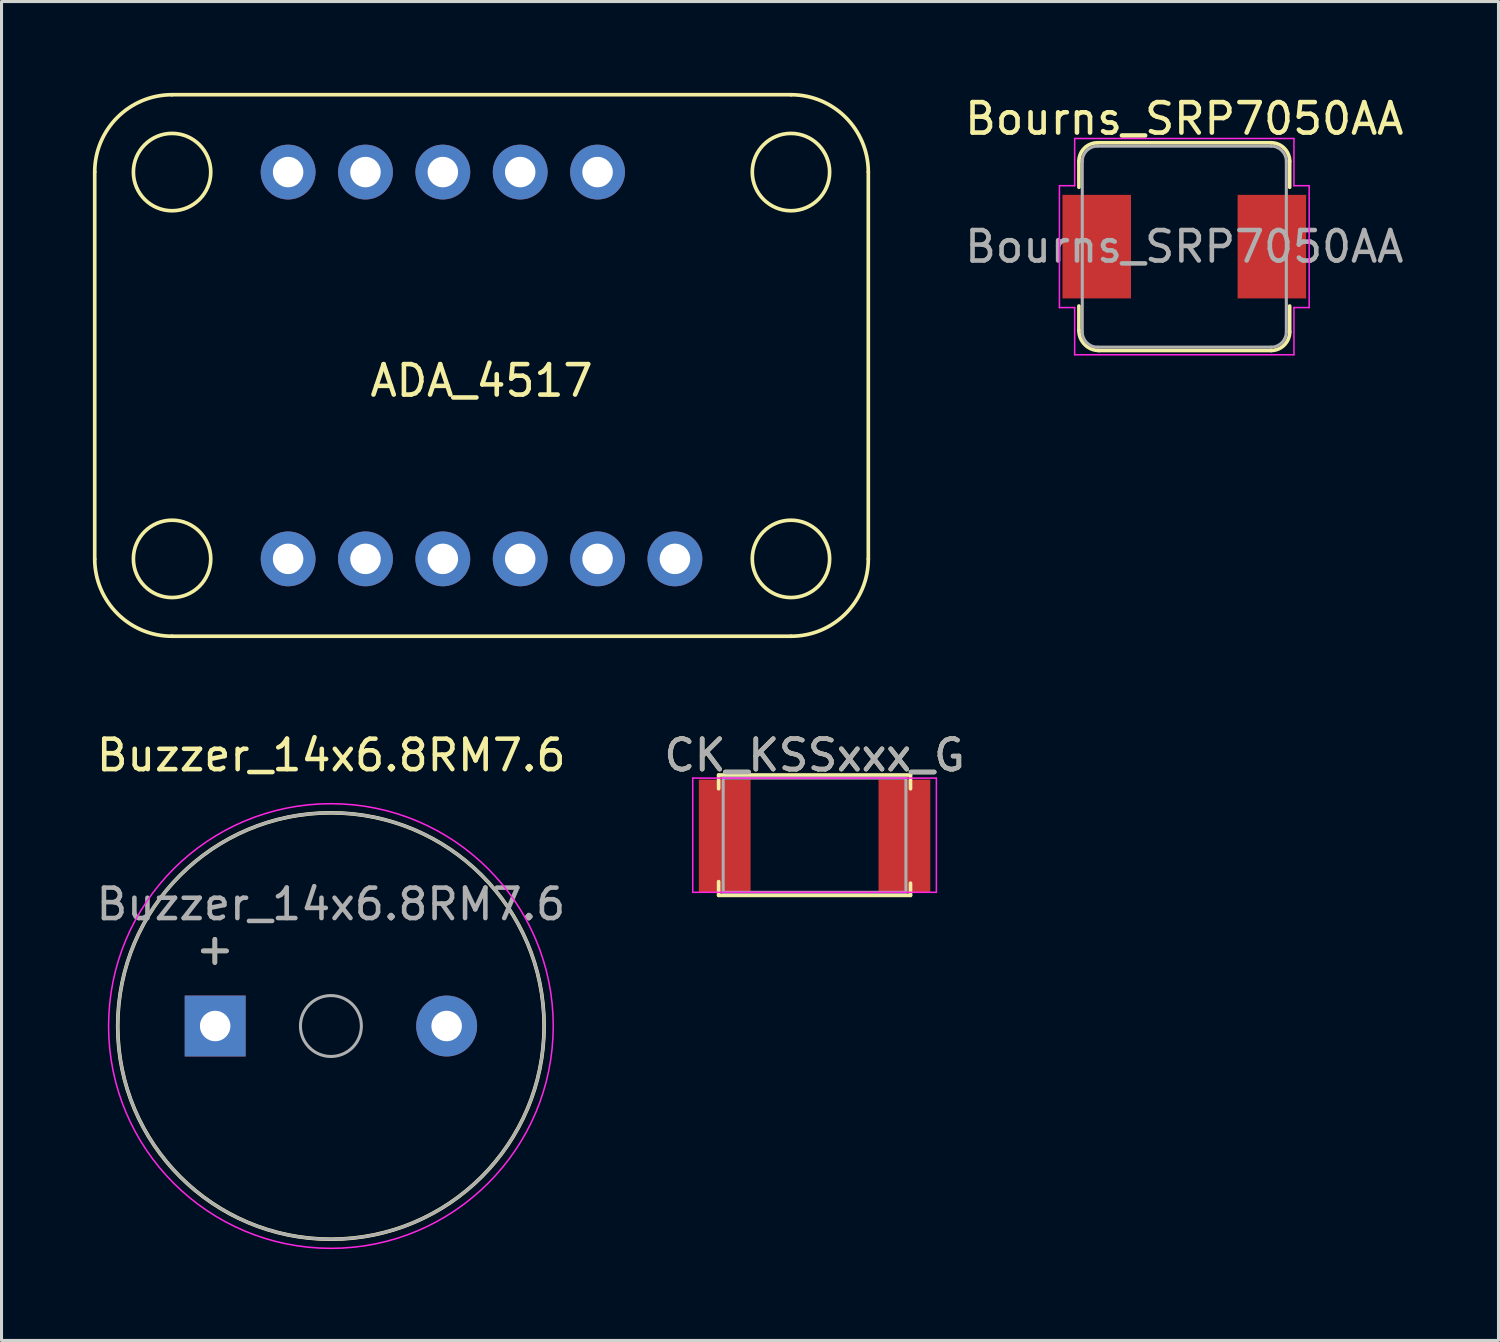
<source format=kicad_pcb>
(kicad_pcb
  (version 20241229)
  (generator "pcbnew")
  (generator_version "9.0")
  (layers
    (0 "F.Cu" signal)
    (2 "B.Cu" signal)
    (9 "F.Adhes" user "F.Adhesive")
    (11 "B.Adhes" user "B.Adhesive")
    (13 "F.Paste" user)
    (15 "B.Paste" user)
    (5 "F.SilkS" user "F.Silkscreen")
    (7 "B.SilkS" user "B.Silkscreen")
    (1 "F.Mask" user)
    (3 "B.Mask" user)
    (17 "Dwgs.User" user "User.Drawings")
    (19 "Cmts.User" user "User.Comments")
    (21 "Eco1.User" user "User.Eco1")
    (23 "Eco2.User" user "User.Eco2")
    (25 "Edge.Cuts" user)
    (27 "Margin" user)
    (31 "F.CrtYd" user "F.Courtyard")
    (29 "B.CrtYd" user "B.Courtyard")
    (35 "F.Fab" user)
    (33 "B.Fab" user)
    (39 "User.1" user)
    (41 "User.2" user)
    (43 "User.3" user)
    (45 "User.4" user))
  (footprint "Bourns_SRP7050AA"
    (layer "F.Cu")
    (at 35.835 5.048)
    (property "Reference" "Bourns_SRP7050AA" (at 0 -4.2 0) (layer "F.SilkS") (effects (font (size 1 1) (thickness 0.15))))
    (attr smd)
    (fp_line (start -3.46 -1.95) (end -3.46 -2.8) (stroke (width 0.12) (type solid)) (layer "F.SilkS"))
    (fp_line (start -3.46 2.75) (end -3.46 1.95) (stroke (width 0.12) (type solid)) (layer "F.SilkS"))
    (fp_line (start -2.85 -3.41) (end 2.85 -3.41) (stroke (width 0.12) (type solid)) (layer "F.SilkS"))
    (fp_line (start 2.85 3.41) (end -2.8 3.41) (stroke (width 0.12) (type solid)) (layer "F.SilkS"))
    (fp_line (start 3.46 -2.8) (end 3.46 -1.95) (stroke (width 0.12) (type solid)) (layer "F.SilkS"))
    (fp_line (start 3.46 1.95) (end 3.46 2.8) (stroke (width 0.12) (type solid)) (layer "F.SilkS"))
    (fp_arc (start -3.46 -2.8) (mid -3.281335 -3.231335) (end -2.85 -3.41) (stroke (width 0.12) (type solid)) (layer "F.SilkS"))
    (fp_arc (start -2.8 3.41) (mid -3.26669 3.21669) (end -3.46 2.75) (stroke (width 0.12) (type solid)) (layer "F.SilkS"))
    (fp_arc (start 2.85 -3.41) (mid 3.281335 -3.231335) (end 3.46 -2.8) (stroke (width 0.12) (type solid)) (layer "F.SilkS"))
    (fp_arc (start 3.46 2.8) (mid 3.281335 3.231335) (end 2.85 3.41) (stroke (width 0.12) (type solid)) (layer "F.SilkS"))
    (fp_line (start -4.1 -2) (end -3.6 -2) (stroke (width 0.05) (type solid)) (layer "F.CrtYd"))
    (fp_line (start -4.1 2) (end -4.1 -2) (stroke (width 0.05) (type solid)) (layer "F.CrtYd"))
    (fp_line (start -3.6 -3.55) (end 3.6 -3.55) (stroke (width 0.05) (type solid)) (layer "F.CrtYd"))
    (fp_line (start -3.6 -2) (end -3.6 -3.55) (stroke (width 0.05) (type solid)) (layer "F.CrtYd"))
    (fp_line (start -3.6 2) (end -4.1 2) (stroke (width 0.05) (type solid)) (layer "F.CrtYd"))
    (fp_line (start -3.6 3.55) (end -3.6 2) (stroke (width 0.05) (type solid)) (layer "F.CrtYd"))
    (fp_line (start 3.6 -3.55) (end 3.6 -2) (stroke (width 0.05) (type solid)) (layer "F.CrtYd"))
    (fp_line (start 3.6 -2) (end 4.1 -2) (stroke (width 0.05) (type solid)) (layer "F.CrtYd"))
    (fp_line (start 3.6 2) (end 3.6 3.55) (stroke (width 0.05) (type solid)) (layer "F.CrtYd"))
    (fp_line (start 3.6 3.55) (end -3.6 3.55) (stroke (width 0.05) (type solid)) (layer "F.CrtYd"))
    (fp_line (start 4.1 -2) (end 4.1 2) (stroke (width 0.05) (type solid)) (layer "F.CrtYd"))
    (fp_line (start 4.1 2) (end 3.6 2) (stroke (width 0.05) (type solid)) (layer "F.CrtYd"))
    (fp_line (start -3.35 2.8) (end -3.35 -2.8) (stroke (width 0.1) (type solid)) (layer "F.Fab"))
    (fp_line (start -2.85 -3.3) (end 2.85 -3.3) (stroke (width 0.1) (type solid)) (layer "F.Fab"))
    (fp_line (start 2.85 3.3) (end -2.85 3.3) (stroke (width 0.1) (type solid)) (layer "F.Fab"))
    (fp_line (start 3.35 -2.8) (end 3.35 2.8) (stroke (width 0.1) (type solid)) (layer "F.Fab"))
    (fp_arc (start -3.35 -2.8) (mid -3.203553 -3.153553) (end -2.85 -3.3) (stroke (width 0.1) (type solid)) (layer "F.Fab"))
    (fp_arc (start -2.85 3.3) (mid -3.203553 3.153553) (end -3.35 2.8) (stroke (width 0.1) (type solid)) (layer "F.Fab"))
    (fp_arc (start 2.85 -3.3) (mid 3.203553 -3.153553) (end 3.35 -2.8) (stroke (width 0.1) (type solid)) (layer "F.Fab"))
    (fp_arc (start 3.35 2.8) (mid 3.203553 3.153553) (end 2.85 3.3) (stroke (width 0.1) (type solid)) (layer "F.Fab"))
    (fp_text user "${REFERENCE}" (at 0 0 0) (layer "F.Fab") (effects (font (size 1 1) (thickness 0.15))))
    (pad "1" smd rect (at -2.875 0) (size 2.25 3.4) (layers "F.Cu" "F.Mask" "F.Paste"))
    (pad "2" smd rect (at 2.875 0) (size 2.25 3.4) (layers "F.Cu" "F.Mask" "F.Paste")))
  (footprint "Buzzer_14x6.8RM7.6"
    (layer "F.Cu")
    (at 7.825 30.638)
    (property "Reference" "Buzzer_14x6.8RM7.6" (at 0 -8.89 0) (layer "F.SilkS") (effects (font (size 1 1) (thickness 0.15))))
    (attr through_hole)
    (fp_circle (center -0.01 0) (end 6.99 0) (stroke (width 0.12) (type solid)) (fill no) (layer "F.SilkS"))
    (fp_circle (center -0.01 0) (end 7.29 0) (stroke (width 0.05) (type solid)) (fill no) (layer "F.CrtYd"))
    (fp_circle (center -0.01 0) (end 0.99 0) (stroke (width 0.1) (type solid)) (fill no) (layer "F.Fab"))
    (fp_circle (center -0.01 0) (end 6.99 0) (stroke (width 0.1) (type solid)) (fill no) (layer "F.Fab"))
    (fp_text user "+" (at -3.82 -2.54 0) (layer "F.SilkS") (effects (font (size 1 1) (thickness 0.15))))
    (fp_text user "+" (at -3.82 -2.54 0) (layer "F.Fab") (effects (font (size 1 1) (thickness 0.15))))
    (fp_text user "${REFERENCE}" (at -0.01 -4 0) (layer "F.Fab") (effects (font (size 1 1) (thickness 0.15))))
    (pad "1" thru_hole rect (at -3.81 0) (size 2 2) (drill 1) (layers "*.Cu" "*.Mask"))
    (pad "2" thru_hole circle (at 3.79 0) (size 2 2) (drill 1) (layers "*.Cu" "*.Mask")))
  (footprint "ADA_4517"
    (layer "F.Cu")
    (at 12.76 8.95)
    (property "Reference" "ADA_4517" (at 0 0.5 0) (layer "F.SilkS") (effects (font (size 1 1) (thickness 0.15))))
    (attr through_hole)
    (fp_line (start -12.7 6.35) (end -12.7 -6.35) (stroke (width 0.12) (type solid)) (layer "F.SilkS"))
    (fp_line (start -10.16 -8.89) (end 10.16 -8.89) (stroke (width 0.12) (type solid)) (layer "F.SilkS"))
    (fp_line (start 10.16 8.89) (end -10.16 8.89) (stroke (width 0.12) (type solid)) (layer "F.SilkS"))
    (fp_line (start 12.7 -6.35) (end 12.7 6.35) (stroke (width 0.12) (type solid)) (layer "F.SilkS"))
    (fp_arc (start -12.7 -6.35) (mid -11.956051 -8.146051) (end -10.16 -8.89) (stroke (width 0.12) (type solid)) (layer "F.SilkS"))
    (fp_arc (start -10.16 8.89) (mid -11.956051 8.146051) (end -12.7 6.35) (stroke (width 0.12) (type solid)) (layer "F.SilkS"))
    (fp_arc (start 10.16 -8.89) (mid 11.956051 -8.146051) (end 12.7 -6.35) (stroke (width 0.12) (type solid)) (layer "F.SilkS"))
    (fp_arc (start 12.7 6.35) (mid 11.956051 8.146051) (end 10.16 8.89) (stroke (width 0.12) (type solid)) (layer "F.SilkS"))
    (fp_circle (center -10.16 -6.35) (end -8.89 -6.35) (stroke (width 0.12) (type solid)) (fill no) (layer "F.SilkS"))
    (fp_circle (center -10.16 6.35) (end -8.89 6.35) (stroke (width 0.12) (type solid)) (fill no) (layer "F.SilkS"))
    (fp_circle (center 10.16 -6.35) (end 11.43 -6.35) (stroke (width 0.12) (type solid)) (fill no) (layer "F.SilkS"))
    (fp_circle (center 10.16 6.35) (end 11.43 6.35) (stroke (width 0.12) (type solid)) (fill no) (layer "F.SilkS"))
    (pad "1" thru_hole circle (at -6.35 6.35) (size 1.8 1.8) (drill 1) (layers "*.Cu" "*.Mask"))
    (pad "2" thru_hole circle (at -3.81 6.35) (size 1.8 1.8) (drill 1) (layers "*.Cu" "*.Mask"))
    (pad "3" thru_hole circle (at -1.27 6.35) (size 1.8 1.8) (drill 1) (layers "*.Cu" "*.Mask"))
    (pad "4" thru_hole circle (at 1.27 6.35) (size 1.8 1.8) (drill 1) (layers "*.Cu" "*.Mask"))
    (pad "5" thru_hole circle (at 3.81 6.35) (size 1.8 1.8) (drill 1) (layers "*.Cu" "*.Mask"))
    (pad "6" thru_hole circle (at 6.35 6.35) (size 1.8 1.8) (drill 1) (layers "*.Cu" "*.Mask"))
    (pad "8" thru_hole circle (at 3.81 -6.35) (size 1.8 1.8) (drill 1) (layers "*.Cu" "*.Mask"))
    (pad "9" thru_hole circle (at 1.27 -6.35) (size 1.8 1.8) (drill 1) (layers "*.Cu" "*.Mask"))
    (pad "10" thru_hole circle (at -1.27 -6.35) (size 1.8 1.8) (drill 1) (layers "*.Cu" "*.Mask"))
    (pad "11" thru_hole circle (at -3.81 -6.35) (size 1.8 1.8) (drill 1) (layers "*.Cu" "*.Mask"))
    (pad "12" thru_hole circle (at -6.35 -6.35) (size 1.8 1.8) (drill 1) (layers "*.Cu" "*.Mask")))
  (footprint "CK_KSSxxx_G"
    (layer "F.Cu")
    (at 23.695 26.248)
    (property "Reference" "CK_KSSxxx_G" (at 0 -4.5 0) (layer "F.SilkS") (effects (font (size 1 1) (thickness 0.15))))
    (attr smd)
    (fp_line (start -3.15 -3.85) (end 3.15 -3.85) (stroke (width 0.12) (type solid)) (layer "F.SilkS"))
    (fp_line (start -3.15 -3.4) (end -3.15 -3.85) (stroke (width 0.12) (type solid)) (layer "F.SilkS"))
    (fp_line (start -3.15 -0.35) (end -3.15 0.1) (stroke (width 0.12) (type solid)) (layer "F.SilkS"))
    (fp_line (start -3.15 0.1) (end 3.15 0.1) (stroke (width 0.12) (type solid)) (layer "F.SilkS"))
    (fp_line (start 3.15 -3.85) (end 3.15 -3.4) (stroke (width 0.12) (type solid)) (layer "F.SilkS"))
    (fp_line (start 3.15 0.1) (end 3.15 -0.3) (stroke (width 0.12) (type solid)) (layer "F.SilkS"))
    (fp_line (start -4 -3.75) (end 4 -3.75) (stroke (width 0.05) (type solid)) (layer "F.CrtYd"))
    (fp_line (start -4 0) (end -4 -3.75) (stroke (width 0.05) (type solid)) (layer "F.CrtYd"))
    (fp_line (start 4 -3.75) (end 4 0) (stroke (width 0.05) (type solid)) (layer "F.CrtYd"))
    (fp_line (start 4 0) (end -4 0) (stroke (width 0.05) (type solid)) (layer "F.CrtYd"))
    (fp_line (start -3 -3.75) (end 3 -3.75) (stroke (width 0.1) (type solid)) (layer "F.Fab"))
    (fp_line (start -3 0) (end -3 -3.75) (stroke (width 0.1) (type solid)) (layer "F.Fab"))
    (fp_line (start 3 -3.75) (end 3 0) (stroke (width 0.1) (type solid)) (layer "F.Fab"))
    (fp_line (start 3 0) (end -3 0) (stroke (width 0.1) (type solid)) (layer "F.Fab"))
    (fp_text user "${REFERENCE}" (at 0 -4.5 0) (layer "F.Fab") (effects (font (size 1 1) (thickness 0.15))))
    (pad "1" smd rect (at 2.95 -1.85) (size 1.7 3.7) (layers "F.Cu" "F.Mask" "F.Paste"))
    (pad "2" smd rect (at -2.95 -1.85) (size 1.7 3.7) (layers "F.Cu" "F.Mask" "F.Paste")))
  (gr_rect
    (start -3 -3)
    (end 46.151 40.963)
    (stroke (width 0.1) (type default))
    (fill no)
    (layer "Edge.Cuts")))
</source>
